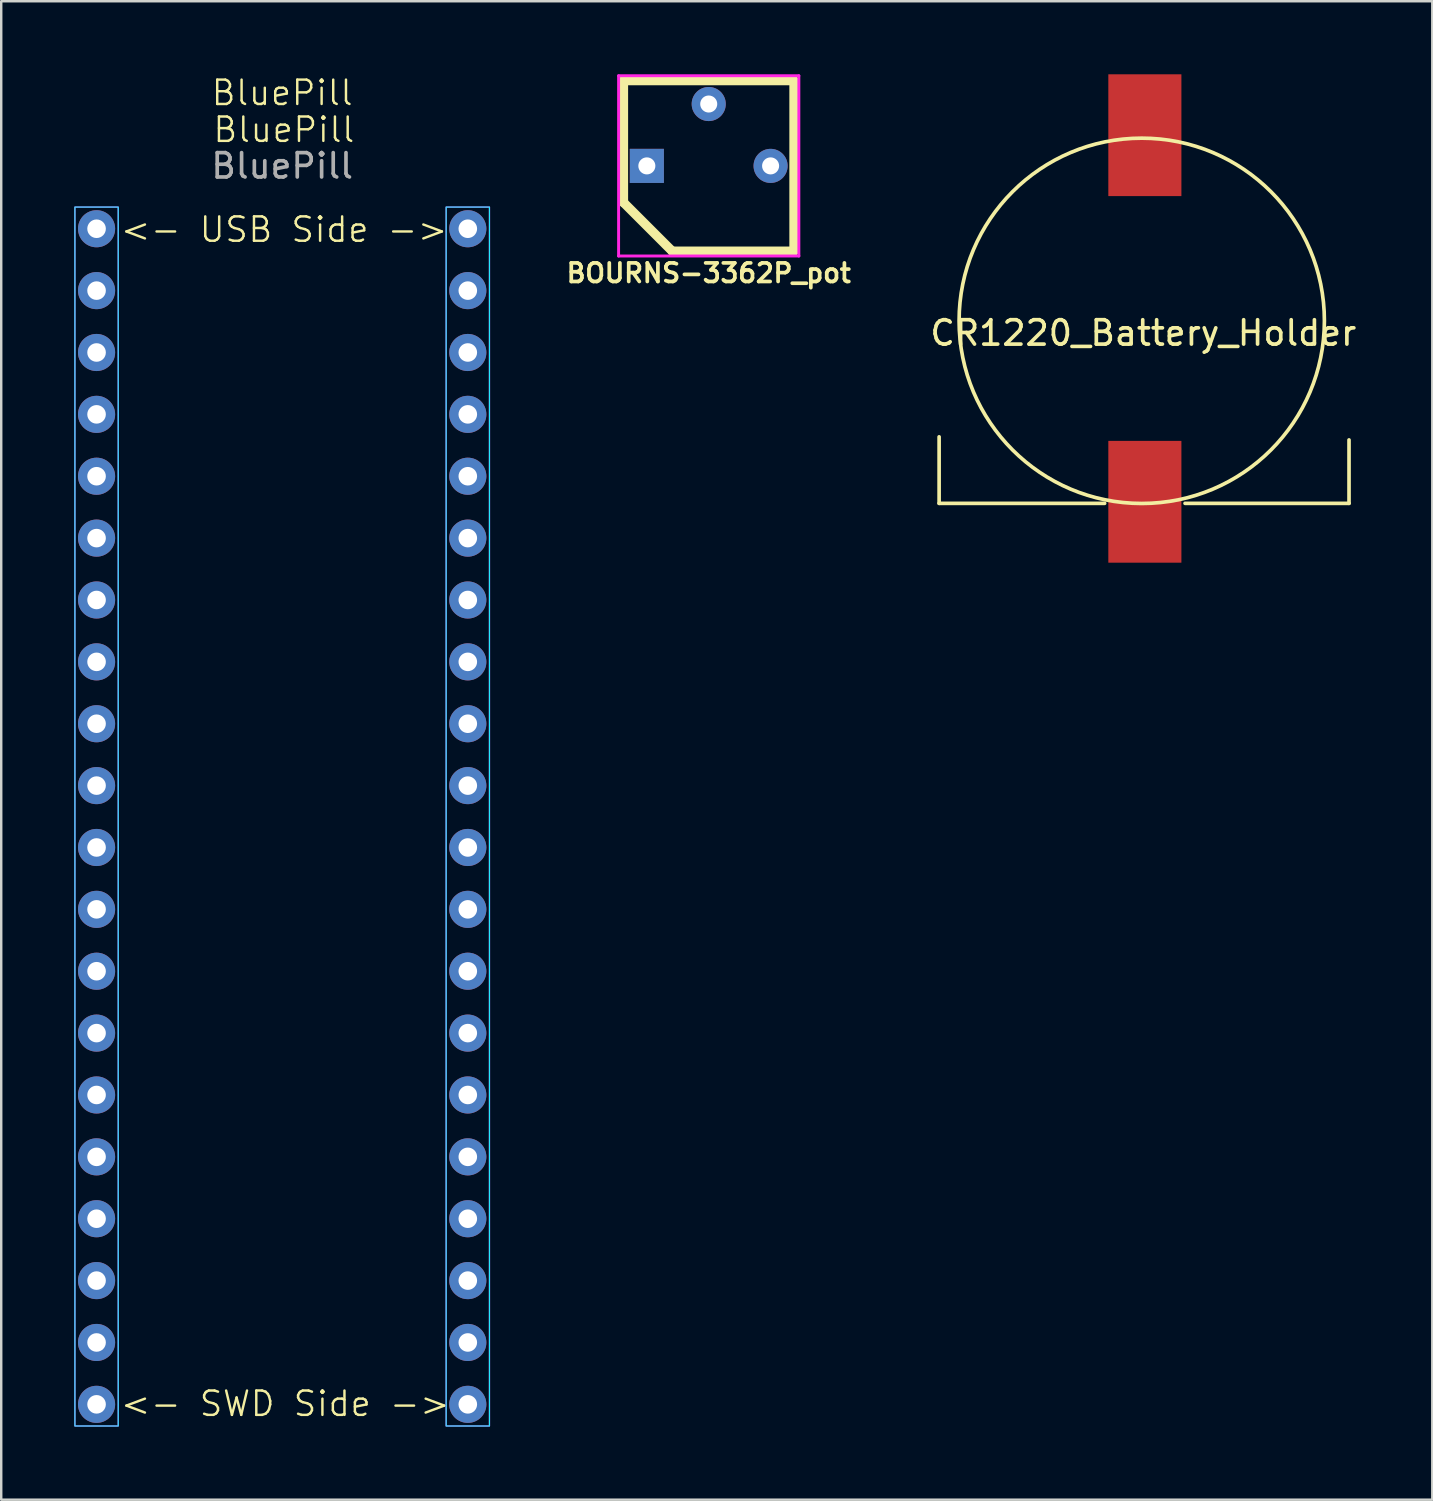
<source format=kicad_pcb>
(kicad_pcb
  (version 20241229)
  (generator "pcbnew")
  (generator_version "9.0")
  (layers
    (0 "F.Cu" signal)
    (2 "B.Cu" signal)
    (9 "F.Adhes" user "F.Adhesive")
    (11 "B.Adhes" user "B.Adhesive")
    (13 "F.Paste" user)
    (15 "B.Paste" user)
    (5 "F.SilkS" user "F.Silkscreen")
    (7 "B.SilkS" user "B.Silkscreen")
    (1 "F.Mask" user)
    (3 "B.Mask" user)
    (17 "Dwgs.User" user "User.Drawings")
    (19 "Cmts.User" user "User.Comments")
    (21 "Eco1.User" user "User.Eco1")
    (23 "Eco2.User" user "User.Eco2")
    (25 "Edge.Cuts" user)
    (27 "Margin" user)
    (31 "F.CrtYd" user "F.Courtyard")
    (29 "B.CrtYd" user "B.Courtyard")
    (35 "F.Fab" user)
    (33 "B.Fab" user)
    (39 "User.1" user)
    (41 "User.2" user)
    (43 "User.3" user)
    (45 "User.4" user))
  (footprint "BluePill"
    (layer "F.Cu")
    (at 8.534 26.66)
    (property "Reference" "BluePill" (at 0 -25.9 0) (unlocked yes) (layer "F.SilkS") (effects (font (size 1 1) (thickness 0.1))))
    (attr through_hole)
    (fp_rect (start -8.509 -21.209) (end -6.731 28.829) (stroke (width 0.05) (type default)) (fill no) (layer "B.CrtYd"))
    (fp_rect (start 6.731 -21.209) (end 8.509 28.829) (stroke (width 0.05) (type default)) (fill no) (layer "B.CrtYd"))
    (fp_rect (start -8.509 -21.209) (end -6.731 28.829) (stroke (width 0.05) (type default)) (fill no) (layer "F.CrtYd"))
    (fp_rect (start 6.731 -21.209) (end 8.509 28.829) (stroke (width 0.05) (type default)) (fill no) (layer "F.CrtYd"))
    (fp_text user "BluePill" (at -2.9 -23.8 0) (unlocked yes) (layer "F.SilkS") (effects (font (size 1 1) (thickness 0.1)) (justify left bottom)))
    (fp_text user "<- SWD Side ->" (at -6.7 28.5 0) (unlocked yes) (layer "F.SilkS") (effects (font (size 1 1) (thickness 0.1)) (justify left bottom)))
    (fp_text user "<- USB Side ->" (at -6.7 -19.7 0) (unlocked yes) (layer "F.SilkS") (effects (font (size 1 1) (thickness 0.1)) (justify left bottom)))
    (fp_text user "${REFERENCE}" (at 0 -22.9 0) (unlocked yes) (layer "F.Fab") (effects (font (size 1 1) (thickness 0.15))))
    (pad "1" thru_hole circle (at -7.62 -20.32) (size 1.524 1.524) (drill 0.762) (layers "*.Cu" "*.Mask"))
    (pad "2" thru_hole circle (at -7.62 -17.78) (size 1.524 1.524) (drill 0.762) (layers "*.Cu" "*.Mask"))
    (pad "3" thru_hole circle (at -7.62 -15.24) (size 1.524 1.524) (drill 0.762) (layers "*.Cu" "*.Mask"))
    (pad "4" thru_hole circle (at -7.62 -12.7) (size 1.524 1.524) (drill 0.762) (layers "*.Cu" "*.Mask"))
    (pad "5" thru_hole circle (at -7.62 -10.16) (size 1.524 1.524) (drill 0.762) (layers "*.Cu" "*.Mask"))
    (pad "6" thru_hole circle (at -7.62 -7.62) (size 1.524 1.524) (drill 0.762) (layers "*.Cu" "*.Mask"))
    (pad "7" thru_hole circle (at -7.62 -5.08) (size 1.524 1.524) (drill 0.762) (layers "*.Cu" "*.Mask"))
    (pad "8" thru_hole circle (at -7.62 -2.54) (size 1.524 1.524) (drill 0.762) (layers "*.Cu" "*.Mask"))
    (pad "9" thru_hole circle (at -7.62 0) (size 1.524 1.524) (drill 0.762) (layers "*.Cu" "*.Mask"))
    (pad "10" thru_hole circle (at -7.62 2.54) (size 1.524 1.524) (drill 0.762) (layers "*.Cu" "*.Mask"))
    (pad "11" thru_hole circle (at -7.62 5.08) (size 1.524 1.524) (drill 0.762) (layers "*.Cu" "*.Mask"))
    (pad "12" thru_hole circle (at -7.62 7.62) (size 1.524 1.524) (drill 0.762) (layers "*.Cu" "*.Mask"))
    (pad "13" thru_hole circle (at -7.62 10.16) (size 1.524 1.524) (drill 0.762) (layers "*.Cu" "*.Mask"))
    (pad "14" thru_hole circle (at -7.62 12.7) (size 1.524 1.524) (drill 0.762) (layers "*.Cu" "*.Mask"))
    (pad "15" thru_hole circle (at -7.62 15.24) (size 1.524 1.524) (drill 0.762) (layers "*.Cu" "*.Mask"))
    (pad "16" thru_hole circle (at -7.62 17.78) (size 1.524 1.524) (drill 0.762) (layers "*.Cu" "*.Mask"))
    (pad "17" thru_hole circle (at -7.62 20.32) (size 1.524 1.524) (drill 0.762) (layers "*.Cu" "*.Mask"))
    (pad "18" thru_hole circle (at -7.62 22.86) (size 1.524 1.524) (drill 0.762) (layers "*.Cu" "*.Mask"))
    (pad "19" thru_hole circle (at -7.62 25.4) (size 1.524 1.524) (drill 0.762) (layers "*.Cu" "*.Mask"))
    (pad "20" thru_hole circle (at -7.62 27.94) (size 1.524 1.524) (drill 0.762) (layers "*.Cu" "*.Mask"))
    (pad "21" thru_hole circle (at 7.62 27.94) (size 1.524 1.524) (drill 0.762) (layers "*.Cu" "*.Mask"))
    (pad "22" thru_hole circle (at 7.62 25.4) (size 1.524 1.524) (drill 0.762) (layers "*.Cu" "*.Mask"))
    (pad "23" thru_hole circle (at 7.62 22.86) (size 1.524 1.524) (drill 0.762) (layers "*.Cu" "*.Mask"))
    (pad "24" thru_hole circle (at 7.62 20.32) (size 1.524 1.524) (drill 0.762) (layers "*.Cu" "*.Mask"))
    (pad "25" thru_hole circle (at 7.62 17.78) (size 1.524 1.524) (drill 0.762) (layers "*.Cu" "*.Mask"))
    (pad "26" thru_hole circle (at 7.62 15.24) (size 1.524 1.524) (drill 0.762) (layers "*.Cu" "*.Mask"))
    (pad "27" thru_hole circle (at 7.62 12.7) (size 1.524 1.524) (drill 0.762) (layers "*.Cu" "*.Mask"))
    (pad "28" thru_hole circle (at 7.62 10.16) (size 1.524 1.524) (drill 0.762) (layers "*.Cu" "*.Mask"))
    (pad "29" thru_hole circle (at 7.62 7.62) (size 1.524 1.524) (drill 0.762) (layers "*.Cu" "*.Mask"))
    (pad "30" thru_hole circle (at 7.62 5.08) (size 1.524 1.524) (drill 0.762) (layers "*.Cu" "*.Mask"))
    (pad "31" thru_hole circle (at 7.62 2.54) (size 1.524 1.524) (drill 0.762) (layers "*.Cu" "*.Mask"))
    (pad "32" thru_hole circle (at 7.62 0) (size 1.524 1.524) (drill 0.762) (layers "*.Cu" "*.Mask"))
    (pad "33" thru_hole circle (at 7.62 -2.54) (size 1.524 1.524) (drill 0.762) (layers "*.Cu" "*.Mask"))
    (pad "34" thru_hole circle (at 7.62 -5.08) (size 1.524 1.524) (drill 0.762) (layers "*.Cu" "*.Mask"))
    (pad "35" thru_hole circle (at 7.62 -7.62) (size 1.524 1.524) (drill 0.762) (layers "*.Cu" "*.Mask"))
    (pad "36" thru_hole circle (at 7.62 -10.16) (size 1.524 1.524) (drill 0.762) (layers "*.Cu" "*.Mask"))
    (pad "37" thru_hole circle (at 7.62 -12.7) (size 1.524 1.524) (drill 0.762) (layers "*.Cu" "*.Mask"))
    (pad "38" thru_hole circle (at 7.62 -15.24) (size 1.524 1.524) (drill 0.762) (layers "*.Cu" "*.Mask"))
    (pad "39" thru_hole circle (at 7.62 -17.78) (size 1.524 1.524) (drill 0.762) (layers "*.Cu" "*.Mask"))
    (pad "40" thru_hole circle (at 7.62 -20.32) (size 1.524 1.524) (drill 0.762) (layers "*.Cu" "*.Mask")))
  (footprint "BOURNS-3362P_pot"
    (layer "F.Cu")
    (at 26.044 3.76)
    (property "Reference" "BOURNS-3362P_pot" (at 0 4.4 0) (layer "F.SilkS") (effects (font (size 0.762 0.762) (thickness 0.152))))
    (attr through_hole)
    (fp_line (start -3.5 -3.5) (end 3.5 -3.5) (stroke (width 0.381) (type solid)) (layer "F.SilkS"))
    (fp_line (start -3.5 1.5) (end -3.5 -3.5) (stroke (width 0.381) (type solid)) (layer "F.SilkS"))
    (fp_line (start -3.5 1.5) (end -1.5 3.5) (stroke (width 0.381) (type solid)) (layer "F.SilkS"))
    (fp_line (start -1.5 3.5) (end 3.5 3.5) (stroke (width 0.381) (type solid)) (layer "F.SilkS"))
    (fp_line (start 3.5 -3.5) (end 3.5 3.5) (stroke (width 0.381) (type solid)) (layer "F.SilkS"))
    (fp_line (start -3.7 -3.7) (end 3.7 -3.7) (stroke (width 0.12) (type solid)) (layer "F.CrtYd"))
    (fp_line (start -3.7 3.7) (end -3.7 -3.7) (stroke (width 0.12) (type solid)) (layer "F.CrtYd"))
    (fp_line (start 3.7 -3.7) (end 3.7 3.7) (stroke (width 0.12) (type solid)) (layer "F.CrtYd"))
    (fp_line (start 3.7 3.7) (end -3.7 3.7) (stroke (width 0.12) (type solid)) (layer "F.CrtYd"))
    (pad "1" thru_hole rect (at -2.54 0) (size 1.4 1.4) (drill 0.7) (layers "*.Cu" "*.Mask"))
    (pad "2" thru_hole circle (at 0 -2.54) (size 1.4 1.4) (drill 0.7) (layers "*.Cu" "*.Mask"))
    (pad "3" thru_hole circle (at 2.54 0) (size 1.4 1.4) (drill 0.7) (layers "*.Cu" "*.Mask")))
  (footprint "CR1220_Battery_Holder"
    (layer "F.Cu")
    (at 43.884 10.12)
    (property "Reference" "CR1220_Battery_Holder" (at 0 0.5 0) (layer "F.SilkS") (effects (font (size 1 1) (thickness 0.15))))
    (attr through_hole)
    (fp_line (start -8.382 7.493) (end -8.382 4.763) (stroke (width 0.15) (type solid)) (layer "F.SilkS"))
    (fp_line (start -1.587 7.493) (end -8.382 7.493) (stroke (width 0.15) (type solid)) (layer "F.SilkS"))
    (fp_line (start 1.714 7.493) (end 8.445 7.493) (stroke (width 0.15) (type solid)) (layer "F.SilkS"))
    (fp_line (start 8.445 7.493) (end 8.445 4.889) (stroke (width 0.15) (type solid)) (layer "F.SilkS"))
    (fp_circle (center -0.064 0) (end 6.668 3.302) (stroke (width 0.15) (type solid)) (fill no) (layer "F.SilkS"))
    (pad "1" smd rect (at 0.064 7.429) (size 3 5) (layers "F.Cu" "F.Mask" "F.Paste"))
    (pad "2" smd rect (at 0.064 -7.62) (size 3 5) (layers "F.Cu" "F.Mask" "F.Paste")))
  (gr_rect
    (start -3 -3)
    (end 55.747 58.514)
    (stroke (width 0.1) (type default))
    (fill no)
    (layer "Edge.Cuts")))
</source>
